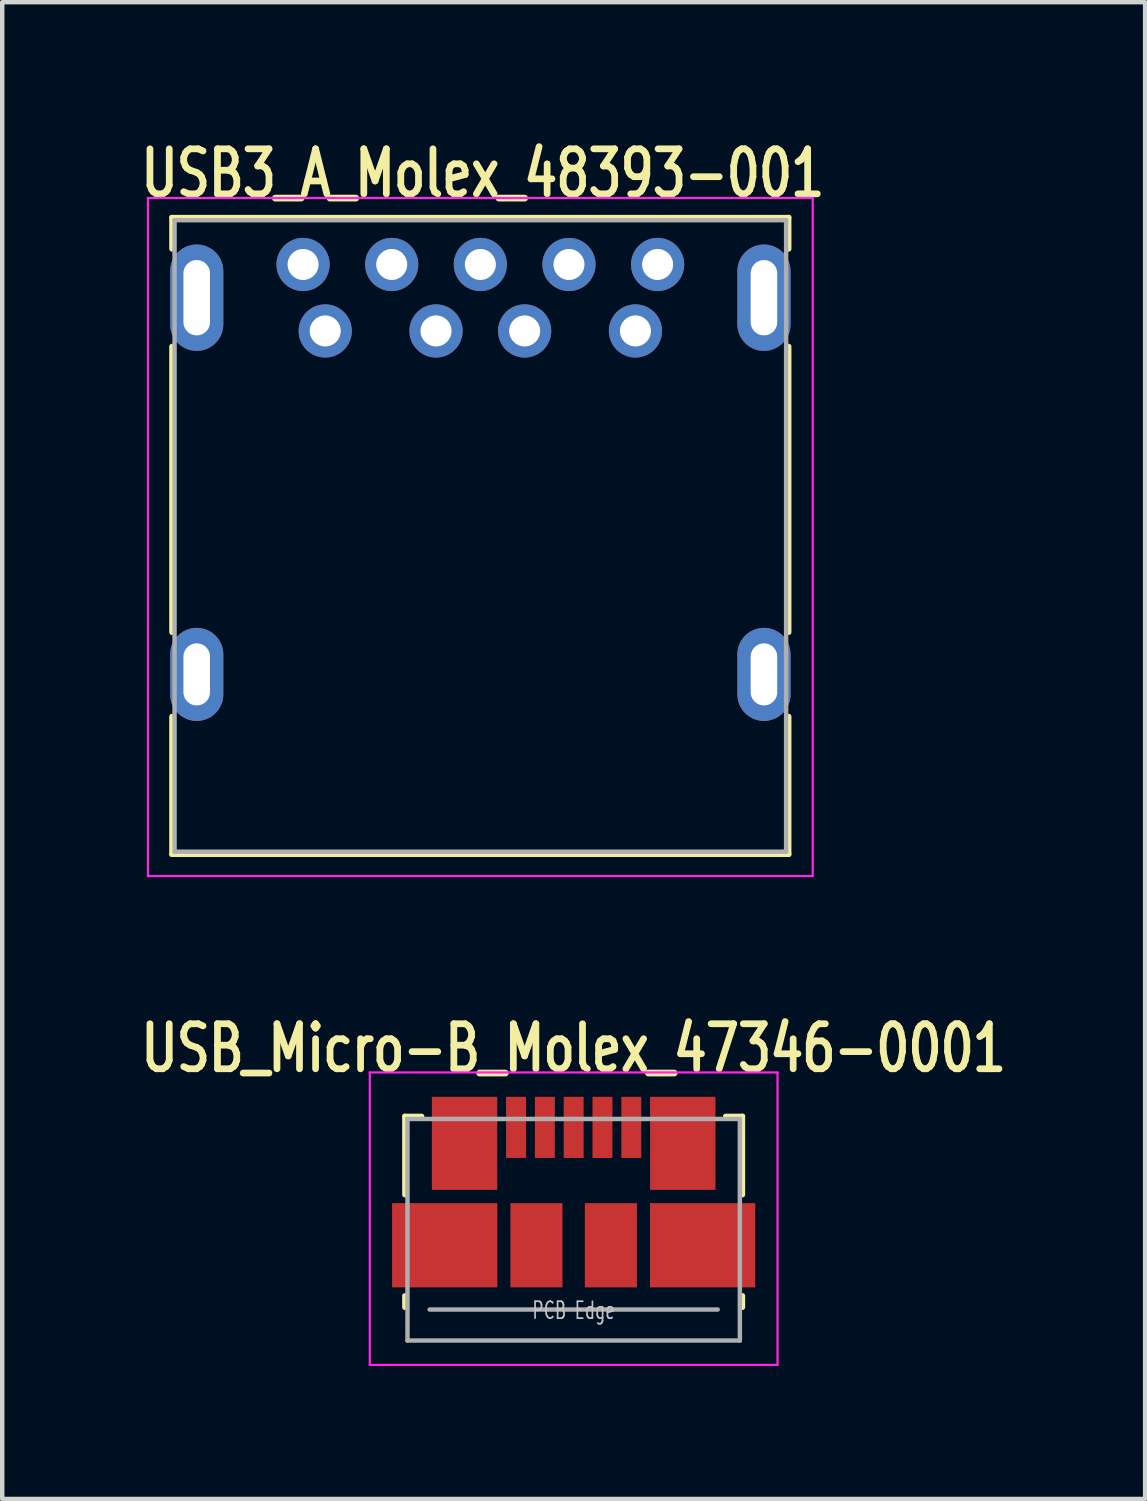
<source format=kicad_pcb>
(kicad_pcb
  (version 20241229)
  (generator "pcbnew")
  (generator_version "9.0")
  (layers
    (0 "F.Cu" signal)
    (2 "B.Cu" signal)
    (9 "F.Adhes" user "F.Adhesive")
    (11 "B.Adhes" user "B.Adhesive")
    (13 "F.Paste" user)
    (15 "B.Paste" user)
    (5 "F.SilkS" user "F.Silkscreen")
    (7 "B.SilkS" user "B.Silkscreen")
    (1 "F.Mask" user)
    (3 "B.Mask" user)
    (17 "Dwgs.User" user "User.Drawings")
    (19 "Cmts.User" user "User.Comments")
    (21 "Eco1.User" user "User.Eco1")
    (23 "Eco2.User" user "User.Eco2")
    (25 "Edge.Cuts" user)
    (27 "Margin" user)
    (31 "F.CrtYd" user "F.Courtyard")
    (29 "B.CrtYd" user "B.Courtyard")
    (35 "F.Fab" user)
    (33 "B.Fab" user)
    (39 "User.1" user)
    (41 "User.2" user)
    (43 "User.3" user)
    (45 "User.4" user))
  (footprint "USB_Micro-B_Molex_47346-0001"
    (layer "F.Cu")
    (at 9.895 25.05)
    (property "Reference" "USB_Micro-B_Molex_47346-0001" (at 0 -4.445 180) (layer "F.SilkS") (effects (font (size 1.016 0.762) (thickness 0.152))))
    (attr smd)
    (fp_line (start -3.81 -2.91) (end -3.43 -2.91) (stroke (width 0.12) (type solid)) (layer "F.SilkS"))
    (fp_line (start -3.81 -1.14) (end -3.81 -2.91) (stroke (width 0.12) (type solid)) (layer "F.SilkS"))
    (fp_line (start -3.81 1.4) (end -3.81 1.14) (stroke (width 0.12) (type solid)) (layer "F.SilkS"))
    (fp_line (start 3.81 -2.91) (end 3.43 -2.91) (stroke (width 0.12) (type solid)) (layer "F.SilkS"))
    (fp_line (start 3.81 -2.91) (end 3.81 -1.14) (stroke (width 0.12) (type solid)) (layer "F.SilkS"))
    (fp_line (start 3.81 1.14) (end 3.81 1.4) (stroke (width 0.12) (type solid)) (layer "F.SilkS"))
    (fp_line (start -4.6 -3.9) (end 4.6 -3.9) (stroke (width 0.05) (type solid)) (layer "F.CrtYd"))
    (fp_line (start -4.6 2.7) (end -4.6 -3.9) (stroke (width 0.05) (type solid)) (layer "F.CrtYd"))
    (fp_line (start 4.6 -3.9) (end 4.6 2.7) (stroke (width 0.05) (type solid)) (layer "F.CrtYd"))
    (fp_line (start 4.6 2.7) (end -4.6 2.7) (stroke (width 0.05) (type solid)) (layer "F.CrtYd"))
    (fp_line (start -3.75 -2.85) (end 3.75 -2.85) (stroke (width 0.1) (type solid)) (layer "F.Fab"))
    (fp_line (start -3.75 2.15) (end -3.75 -2.85) (stroke (width 0.1) (type solid)) (layer "F.Fab"))
    (fp_line (start -3.25 1.45) (end 3.25 1.45) (stroke (width 0.1) (type solid)) (layer "F.Fab"))
    (fp_line (start 3.75 -2.85) (end 3.75 2.15) (stroke (width 0.1) (type solid)) (layer "F.Fab"))
    (fp_line (start 3.75 2.15) (end -3.75 2.15) (stroke (width 0.1) (type solid)) (layer "F.Fab"))
    (fp_text user "PCB Edge" (at 0 1.47 180) (layer "Dwgs.User") (effects (font (size 0.381 0.254) (thickness 0.038))))
    (pad "1" smd rect (at -1.3 -2.66) (size 0.45 1.38) (layers "F.Cu" "F.Mask" "F.Paste"))
    (pad "2" smd rect (at -0.65 -2.66) (size 0.45 1.38) (layers "F.Cu" "F.Mask" "F.Paste"))
    (pad "3" smd rect (at 0 -2.66) (size 0.45 1.38) (layers "F.Cu" "F.Mask" "F.Paste"))
    (pad "4" smd rect (at 0.65 -2.66) (size 0.45 1.38) (layers "F.Cu" "F.Mask" "F.Paste"))
    (pad "5" smd rect (at 1.3 -2.66) (size 0.45 1.38) (layers "F.Cu" "F.Mask" "F.Paste"))
    (pad "6" smd rect (at -2.91 0) (size 2.375 1.9) (layers "F.Cu" "F.Mask" "F.Paste"))
    (pad "6" smd rect (at -2.462 -2.3) (size 1.475 2.1) (layers "F.Cu" "F.Mask" "F.Paste"))
    (pad "6" smd rect (at -0.84 0) (size 1.175 1.9) (layers "F.Cu" "F.Mask" "F.Paste"))
    (pad "6" smd rect (at 0.84 0) (size 1.175 1.9) (layers "F.Cu" "F.Mask" "F.Paste"))
    (pad "6" smd rect (at 2.462 -2.3) (size 1.475 2.1) (layers "F.Cu" "F.Mask" "F.Paste"))
    (pad "6" smd rect (at 2.91 0) (size 2.375 1.9) (layers "F.Cu" "F.Mask" "F.Paste")))
  (footprint "USB3_A_Molex_48393-001"
    (layer "F.Cu")
    (at 4.289 4.418)
    (property "Reference" "USB3_A_Molex_48393-001" (at 3.556 -3.556 0) (layer "F.SilkS") (effects (font (size 1.016 0.762) (thickness 0.152))))
    (attr through_hole)
    (fp_line (start -3.46 -2.56) (end -3.46 -1.85) (stroke (width 0.12) (type solid)) (layer "F.SilkS"))
    (fp_line (start -3.46 -2.56) (end 10.46 -2.56) (stroke (width 0.12) (type solid)) (layer "F.SilkS"))
    (fp_line (start -3.46 6.8) (end -3.46 0.35) (stroke (width 0.12) (type solid)) (layer "F.SilkS"))
    (fp_line (start -3.46 11.81) (end -3.46 8.7) (stroke (width 0.12) (type solid)) (layer "F.SilkS"))
    (fp_line (start -3.46 11.81) (end 10.46 11.81) (stroke (width 0.12) (type solid)) (layer "F.SilkS"))
    (fp_line (start 10.46 -2.56) (end 10.46 -1.85) (stroke (width 0.12) (type solid)) (layer "F.SilkS"))
    (fp_line (start 10.46 6.8) (end 10.46 0.35) (stroke (width 0.12) (type solid)) (layer "F.SilkS"))
    (fp_line (start 10.46 11.81) (end 10.46 8.7) (stroke (width 0.12) (type solid)) (layer "F.SilkS"))
    (fp_line (start -4 -3) (end 11 -3) (stroke (width 0.05) (type solid)) (layer "F.CrtYd"))
    (fp_line (start -4 12.3) (end -4 -3) (stroke (width 0.05) (type solid)) (layer "F.CrtYd"))
    (fp_line (start 11 -3) (end 11 12.3) (stroke (width 0.05) (type solid)) (layer "F.CrtYd"))
    (fp_line (start 11 12.3) (end -4 12.3) (stroke (width 0.05) (type solid)) (layer "F.CrtYd"))
    (fp_line (start -3.4 -2.5) (end 10.4 -2.5) (stroke (width 0.1) (type solid)) (layer "F.Fab"))
    (fp_line (start -3.4 11.75) (end -3.4 -2.5) (stroke (width 0.1) (type solid)) (layer "F.Fab"))
    (fp_line (start 10.4 -2.5) (end 10.4 11.75) (stroke (width 0.1) (type solid)) (layer "F.Fab"))
    (fp_line (start 10.4 11.75) (end -3.4 11.75) (stroke (width 0.1) (type solid)) (layer "F.Fab"))
    (pad "1" thru_hole circle (at 0 0) (size 1.2 1.2) (drill 0.7) (layers "*.Cu" "*.Mask"))
    (pad "2" thru_hole circle (at 2.5 0) (size 1.2 1.2) (drill 0.7) (layers "*.Cu" "*.Mask"))
    (pad "3" thru_hole circle (at 4.5 0) (size 1.2 1.2) (drill 0.7) (layers "*.Cu" "*.Mask"))
    (pad "4" thru_hole circle (at 7 0) (size 1.2 1.2) (drill 0.7) (layers "*.Cu" "*.Mask"))
    (pad "5" thru_hole circle (at 7.5 -1.5) (size 1.2 1.2) (drill 0.7) (layers "*.Cu" "*.Mask"))
    (pad "6" thru_hole circle (at 5.5 -1.5) (size 1.2 1.2) (drill 0.7) (layers "*.Cu" "*.Mask"))
    (pad "7" thru_hole circle (at 3.5 -1.5) (size 1.2 1.2) (drill 0.7) (layers "*.Cu" "*.Mask"))
    (pad "8" thru_hole circle (at 1.5 -1.5) (size 1.2 1.2) (drill 0.7) (layers "*.Cu" "*.Mask"))
    (pad "9" thru_hole circle (at -0.5 -1.5) (size 1.2 1.2) (drill 0.7) (layers "*.Cu" "*.Mask"))
    (pad "10" thru_hole oval (at -2.9 -0.75) (size 1.2 2.4) (drill oval 0.6 1.7) (layers "*.Cu" "*.Mask"))
    (pad "10" thru_hole oval (at -2.9 7.75) (size 1.2 2.1) (drill oval 0.6 1.4) (layers "*.Cu" "*.Mask"))
    (pad "10" thru_hole oval (at 9.9 -0.75) (size 1.2 2.4) (drill oval 0.6 1.7) (layers "*.Cu" "*.Mask"))
    (pad "10" thru_hole oval (at 9.9 7.75) (size 1.2 2.1) (drill oval 0.6 1.4) (layers "*.Cu" "*.Mask")))
  (gr_rect
    (start -3 -3)
    (end 22.79 30.775)
    (stroke (width 0.1) (type default))
    (fill no)
    (layer "Edge.Cuts")))
</source>
